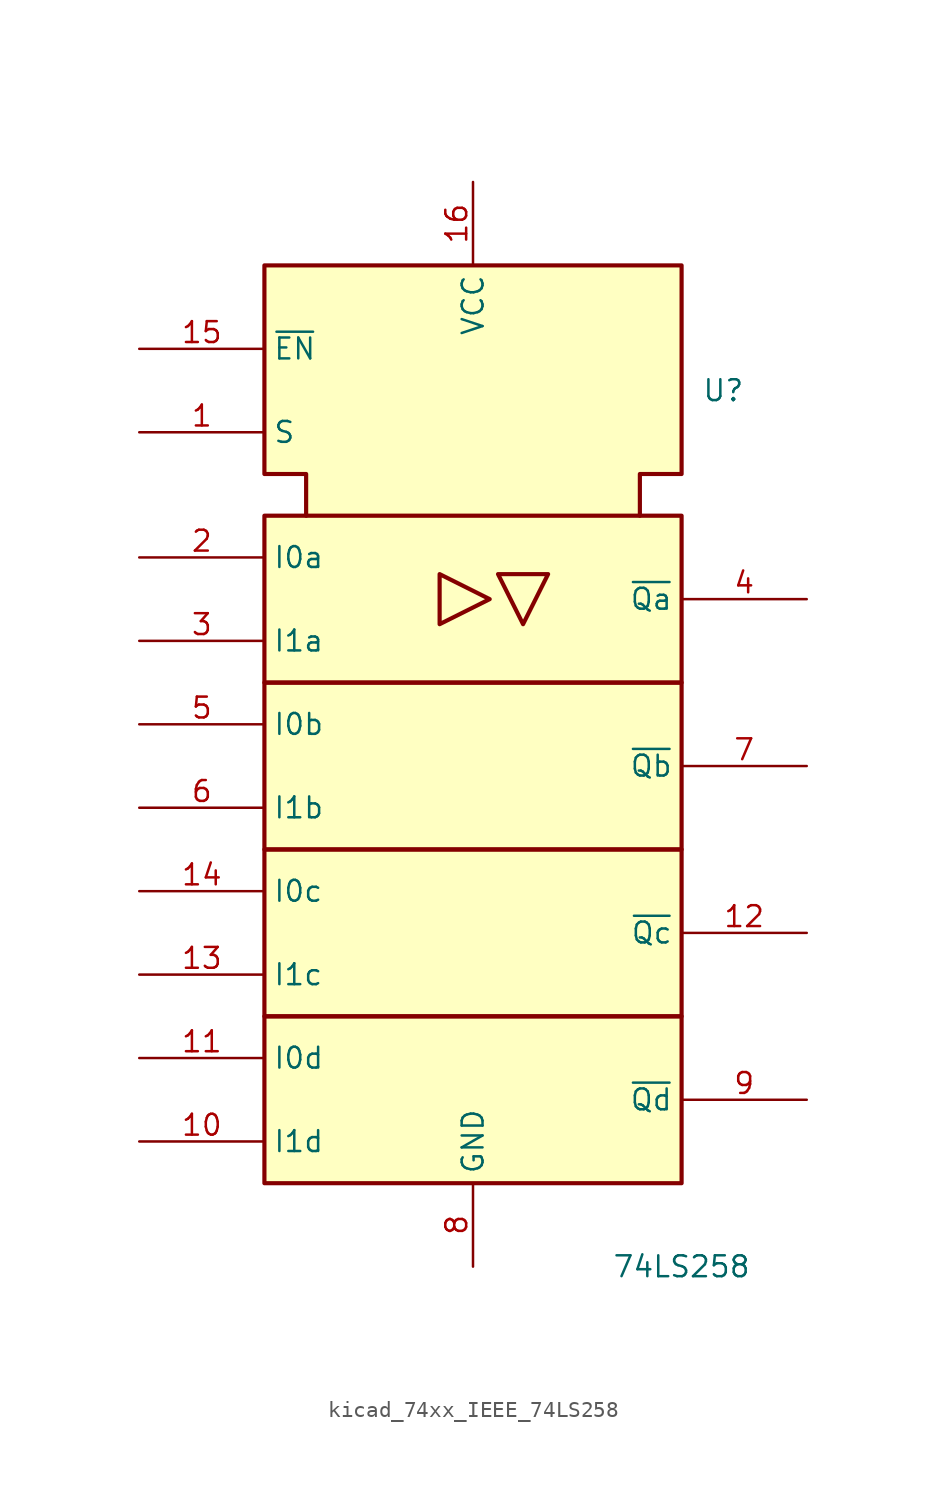
<source format=kicad_sym>
(kicad_symbol_lib
  (version 20220914)
  (generator kicad_symbol_editor)
  (symbol "kicad_74xx_IEEE_74LS258"
    (property "Reference" "U"
      (at 15.24 20.32 0)
      (effects (font (size 1.27 1.27))))
    (property "Value" "74LS258"
      (at 12.7 -33.02 0)
      (effects (font (size 1.27 1.27))))
    (symbol "kicad_74xx_IEEE_74LS258_0_0"
      (rectangle (start -12.7 -17.78) (end 12.7 -27.94) (stroke (width 0.254) (type default)) (fill (type background)))
      (rectangle (start -12.7 -7.62) (end 12.7 -17.78) (stroke (width 0.254) (type default)) (fill (type background)))
      (rectangle (start -12.7 2.54) (end 12.7 -7.62) (stroke (width 0.254) (type default)) (fill (type background)))
      (rectangle (start -12.7 12.7) (end 12.7 2.54) (stroke (width 0.254) (type default)) (fill (type background)))
      (polyline (pts (xy -2.032 9.144) (xy -2.032 6.096) (xy 1.016 7.62) (xy -2.032 9.144) (xy -2.032 9.144)) (stroke (width 0.254) (type default)) (fill (type background)))
      (polyline (pts (xy 4.572 9.144) (xy 1.524 9.144) (xy 3.048 6.096) (xy 4.572 9.144) (xy 4.572 9.144)) (stroke (width 0.254) (type default)) (fill (type background)))
      (polyline (pts (xy -10.16 12.7) (xy -10.16 15.24) (xy -12.7 15.24) (xy -12.7 27.94) (xy 12.7 27.94) (xy 12.7 15.24) (xy 10.16 15.24) (xy 10.16 12.7) (xy 10.16 12.7)) (stroke (width 0.254) (type default)) (fill (type background)))
      (pin power_in line (at 0 33.02 270) (length 5.08) (name "VCC" (effects (font (size 1.27 1.27)))) (number "16" (effects (font (size 1.27 1.27)))))
      (pin power_in line (at 0 -33.02 90) (length 5.08) (name "GND" (effects (font (size 1.27 1.27)))) (number "8" (effects (font (size 1.27 1.27))))))
    (symbol "kicad_74xx_IEEE_74LS258_1_1"
      (pin input line (at -20.32 17.78 0) (length 7.62) (name "S" (effects (font (size 1.27 1.27)))) (number "1" (effects (font (size 1.27 1.27)))))
      (pin input line (at -20.32 -25.4 0) (length 7.62) (name "I1d" (effects (font (size 1.27 1.27)))) (number "10" (effects (font (size 1.27 1.27)))))
      (pin input line (at -20.32 -20.32 0) (length 7.62) (name "I0d" (effects (font (size 1.27 1.27)))) (number "11" (effects (font (size 1.27 1.27)))))
      (pin tri_state line (at 20.32 -12.7 180) (length 7.62) (name "~{Qc}" (effects (font (size 1.27 1.27)))) (number "12" (effects (font (size 1.27 1.27)))))
      (pin input line (at -20.32 -15.24 0) (length 7.62) (name "I1c" (effects (font (size 1.27 1.27)))) (number "13" (effects (font (size 1.27 1.27)))))
      (pin input line (at -20.32 -10.16 0) (length 7.62) (name "I0c" (effects (font (size 1.27 1.27)))) (number "14" (effects (font (size 1.27 1.27)))))
      (pin input line (at -20.32 22.86 0) (length 7.62) (name "~{EN}" (effects (font (size 1.27 1.27)))) (number "15" (effects (font (size 1.27 1.27)))))
      (pin input line (at -20.32 10.16 0) (length 7.62) (name "I0a" (effects (font (size 1.27 1.27)))) (number "2" (effects (font (size 1.27 1.27)))))
      (pin input line (at -20.32 5.08 0) (length 7.62) (name "I1a" (effects (font (size 1.27 1.27)))) (number "3" (effects (font (size 1.27 1.27)))))
      (pin tri_state line (at 20.32 7.62 180) (length 7.62) (name "~{Qa}" (effects (font (size 1.27 1.27)))) (number "4" (effects (font (size 1.27 1.27)))))
      (pin input line (at -20.32 0 0) (length 7.62) (name "I0b" (effects (font (size 1.27 1.27)))) (number "5" (effects (font (size 1.27 1.27)))))
      (pin input line (at -20.32 -5.08 0) (length 7.62) (name "I1b" (effects (font (size 1.27 1.27)))) (number "6" (effects (font (size 1.27 1.27)))))
      (pin tri_state line (at 20.32 -2.54 180) (length 7.62) (name "~{Qb}" (effects (font (size 1.27 1.27)))) (number "7" (effects (font (size 1.27 1.27)))))
      (pin tri_state line (at 20.32 -22.86 180) (length 7.62) (name "~{Qd}" (effects (font (size 1.27 1.27)))) (number "9" (effects (font (size 1.27 1.27))))))))
</source>
